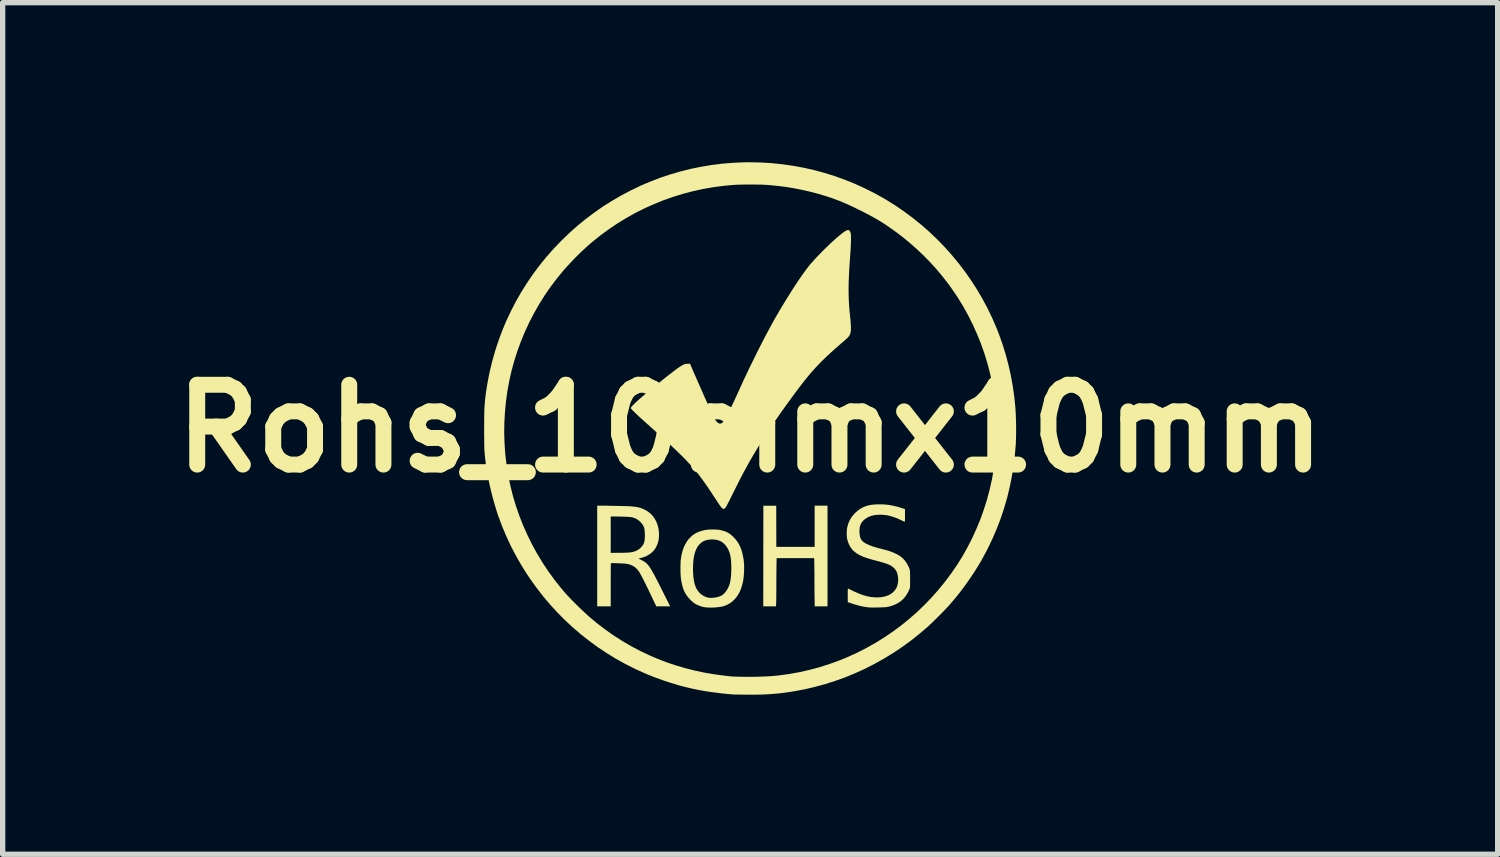
<source format=kicad_pcb>
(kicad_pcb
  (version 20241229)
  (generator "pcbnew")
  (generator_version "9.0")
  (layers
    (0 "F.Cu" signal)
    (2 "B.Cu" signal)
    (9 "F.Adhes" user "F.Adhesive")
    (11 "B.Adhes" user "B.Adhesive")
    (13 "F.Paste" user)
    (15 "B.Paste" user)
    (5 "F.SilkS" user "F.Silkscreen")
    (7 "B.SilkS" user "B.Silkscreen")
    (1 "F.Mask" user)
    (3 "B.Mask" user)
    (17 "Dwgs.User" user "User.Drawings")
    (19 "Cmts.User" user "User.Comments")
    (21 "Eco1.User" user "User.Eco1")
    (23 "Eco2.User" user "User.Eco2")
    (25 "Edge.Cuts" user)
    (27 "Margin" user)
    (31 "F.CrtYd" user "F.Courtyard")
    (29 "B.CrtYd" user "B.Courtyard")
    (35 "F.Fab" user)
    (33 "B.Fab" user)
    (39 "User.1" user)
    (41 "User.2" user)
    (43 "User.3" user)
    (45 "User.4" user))
  (footprint "Rohs_10mmx10mm"
    (layer "F.Cu")
    (at 11.05 5.004)
    (property "Reference" "Rohs_10mmx10mm" (at 0 0 0) (layer "F.SilkS") (effects (font (size 1.5 1.5) (thickness 0.3))))
    (attr board_only exclude_from_pos_files exclude_from_bom)
    (fp_poly (pts (xy 1.454 2.396) (xy 1.454 3.342) (xy 1.334 3.342) (xy 1.214 3.342) (xy 1.211 3.195) (xy 1.21 3.158) (xy 1.21 3.114) (xy 1.209 3.066) (xy 1.209 3.015) (xy 1.209 2.964) (xy 1.208 2.913) (xy 1.208 2.864) (xy 1.208 2.85) (xy 1.208 2.805) (xy 1.208 2.759) (xy 1.208 2.712) (xy 1.207 2.668) (xy 1.207 2.626) (xy 1.206 2.589) (xy 1.206 2.558) (xy 1.206 2.544) (xy 1.203 2.437) (xy 0.85 2.437) (xy 0.497 2.437) (xy 0.494 2.634) (xy 0.494 2.684) (xy 0.493 2.74) (xy 0.493 2.799) (xy 0.492 2.86) (xy 0.492 2.919) (xy 0.492 2.975) (xy 0.492 3.026) (xy 0.492 3.03) (xy 0.492 3.072) (xy 0.491 3.114) (xy 0.491 3.154) (xy 0.491 3.191) (xy 0.49 3.224) (xy 0.49 3.252) (xy 0.489 3.273) (xy 0.489 3.285) (xy 0.486 3.342) (xy 0.366 3.342) (xy 0.246 3.342) (xy 0.247 2.397) (xy 0.248 1.452) (xy 0.369 1.452) (xy 0.49 1.452) (xy 0.491 1.839) (xy 0.492 2.225) (xy 0.852 2.225) (xy 1.212 2.225) (xy 1.212 1.837) (xy 1.212 1.45) (xy 1.333 1.45) (xy 1.454 1.45)) (stroke (width 0) (type solid)) (fill yes) (layer "F.SilkS"))
    (fp_poly (pts (xy -0.665 1.899) (xy -0.63 1.9) (xy -0.599 1.903) (xy -0.571 1.907) (xy -0.543 1.913) (xy -0.514 1.921) (xy -0.504 1.923) (xy -0.461 1.938) (xy -0.423 1.956) (xy -0.388 1.977) (xy -0.353 2.004) (xy -0.32 2.034) (xy -0.28 2.076) (xy -0.246 2.119) (xy -0.217 2.163) (xy -0.192 2.211) (xy -0.171 2.263) (xy -0.153 2.32) (xy -0.138 2.383) (xy -0.132 2.415) (xy -0.123 2.464) (xy -0.118 2.512) (xy -0.114 2.562) (xy -0.113 2.615) (xy -0.114 2.672) (xy -0.119 2.763) (xy -0.129 2.848) (xy -0.146 2.926) (xy -0.167 2.998) (xy -0.194 3.065) (xy -0.227 3.125) (xy -0.265 3.179) (xy -0.292 3.21) (xy -0.337 3.253) (xy -0.387 3.289) (xy -0.44 3.317) (xy -0.496 3.339) (xy -0.548 3.351) (xy -0.597 3.358) (xy -0.65 3.363) (xy -0.706 3.366) (xy -0.761 3.366) (xy -0.812 3.364) (xy -0.835 3.362) (xy -0.889 3.353) (xy -0.943 3.337) (xy -0.995 3.316) (xy -1.036 3.293) (xy -1.052 3.283) (xy -1.07 3.268) (xy -1.09 3.251) (xy -1.11 3.234) (xy -1.112 3.232) (xy -1.152 3.19) (xy -1.186 3.147) (xy -1.216 3.102) (xy -1.241 3.055) (xy -1.261 3.003) (xy -1.278 2.946) (xy -1.291 2.884) (xy -1.302 2.814) (xy -1.303 2.808) (xy -1.305 2.783) (xy -1.307 2.751) (xy -1.309 2.714) (xy -1.31 2.674) (xy -1.31 2.633) (xy -1.31 2.608) (xy -1.074 2.608) (xy -1.074 2.667) (xy -1.071 2.74) (xy -1.065 2.806) (xy -1.056 2.865) (xy -1.045 2.918) (xy -1.029 2.965) (xy -1.011 3.007) (xy -0.988 3.044) (xy -0.962 3.077) (xy -0.932 3.107) (xy -0.917 3.119) (xy -0.873 3.148) (xy -0.827 3.169) (xy -0.815 3.173) (xy -0.788 3.179) (xy -0.756 3.183) (xy -0.719 3.183) (xy -0.682 3.181) (xy -0.645 3.176) (xy -0.643 3.175) (xy -0.6 3.165) (xy -0.563 3.152) (xy -0.531 3.135) (xy -0.503 3.114) (xy -0.486 3.099) (xy -0.459 3.067) (xy -0.433 3.029) (xy -0.41 2.986) (xy -0.391 2.94) (xy -0.388 2.93) (xy -0.378 2.896) (xy -0.371 2.856) (xy -0.364 2.81) (xy -0.359 2.76) (xy -0.356 2.706) (xy -0.354 2.651) (xy -0.354 2.596) (xy -0.356 2.542) (xy -0.359 2.49) (xy -0.364 2.442) (xy -0.37 2.399) (xy -0.371 2.394) (xy -0.385 2.34) (xy -0.405 2.289) (xy -0.429 2.242) (xy -0.459 2.2) (xy -0.491 2.164) (xy -0.528 2.135) (xy -0.544 2.125) (xy -0.581 2.108) (xy -0.623 2.095) (xy -0.669 2.088) (xy -0.716 2.085) (xy -0.763 2.088) (xy -0.808 2.095) (xy -0.85 2.107) (xy -0.887 2.124) (xy -0.897 2.13) (xy -0.934 2.159) (xy -0.967 2.193) (xy -0.995 2.232) (xy -1.018 2.279) (xy -1.038 2.331) (xy -1.053 2.39) (xy -1.064 2.456) (xy -1.071 2.528) (xy -1.074 2.608) (xy -1.31 2.608) (xy -1.31 2.592) (xy -1.309 2.554) (xy -1.308 2.519) (xy -1.307 2.49) (xy -1.305 2.473) (xy -1.293 2.391) (xy -1.275 2.316) (xy -1.253 2.247) (xy -1.225 2.185) (xy -1.192 2.128) (xy -1.155 2.077) (xy -1.127 2.048) (xy -1.088 2.012) (xy -1.048 1.983) (xy -1.004 1.958) (xy -0.955 1.938) (xy -0.934 1.931) (xy -0.897 1.92) (xy -0.862 1.911) (xy -0.827 1.905) (xy -0.79 1.901) (xy -0.749 1.899) (xy -0.706 1.898)) (stroke (width 0) (type solid)) (fill yes) (layer "F.SilkS"))
    (fp_poly (pts (xy -2.809 1.45) (xy -2.78 1.45) (xy -2.746 1.45) (xy -2.706 1.451) (xy -2.663 1.452) (xy -2.617 1.453) (xy -2.569 1.454) (xy -2.521 1.455) (xy -2.474 1.456) (xy -2.428 1.457) (xy -2.385 1.458) (xy -2.345 1.459) (xy -2.311 1.46) (xy -2.282 1.461) (xy -2.26 1.462) (xy -2.254 1.463) (xy -2.199 1.467) (xy -2.15 1.473) (xy -2.106 1.481) (xy -2.066 1.492) (xy -2.028 1.505) (xy -1.99 1.522) (xy -1.973 1.531) (xy -1.92 1.562) (xy -1.873 1.6) (xy -1.831 1.644) (xy -1.795 1.694) (xy -1.765 1.749) (xy -1.742 1.808) (xy -1.725 1.873) (xy -1.725 1.875) (xy -1.719 1.91) (xy -1.715 1.949) (xy -1.714 1.99) (xy -1.714 2.03) (xy -1.717 2.065) (xy -1.718 2.078) (xy -1.731 2.139) (xy -1.751 2.195) (xy -1.777 2.245) (xy -1.809 2.291) (xy -1.848 2.331) (xy -1.894 2.365) (xy -1.945 2.395) (xy -2.003 2.419) (xy -2.064 2.436) (xy -2.079 2.44) (xy -2.09 2.443) (xy -2.096 2.446) (xy -2.096 2.446) (xy -2.092 2.448) (xy -2.083 2.454) (xy -2.068 2.461) (xy -2.05 2.47) (xy -2.042 2.474) (xy -2.022 2.484) (xy -2.004 2.494) (xy -1.987 2.504) (xy -1.971 2.516) (xy -1.955 2.528) (xy -1.94 2.542) (xy -1.925 2.559) (xy -1.909 2.578) (xy -1.893 2.599) (xy -1.876 2.625) (xy -1.858 2.654) (xy -1.839 2.687) (xy -1.817 2.725) (xy -1.794 2.768) (xy -1.769 2.817) (xy -1.74 2.872) (xy -1.709 2.933) (xy -1.675 3.001) (xy -1.652 3.047) (xy -1.504 3.342) (xy -1.635 3.342) (xy -1.765 3.342) (xy -1.842 3.18) (xy -1.866 3.129) (xy -1.891 3.077) (xy -1.915 3.026) (xy -1.94 2.977) (xy -1.963 2.929) (xy -1.986 2.883) (xy -2.007 2.841) (xy -2.027 2.803) (xy -2.045 2.769) (xy -2.06 2.74) (xy -2.072 2.718) (xy -2.082 2.702) (xy -2.084 2.699) (xy -2.115 2.656) (xy -2.149 2.62) (xy -2.187 2.592) (xy -2.229 2.57) (xy -2.276 2.553) (xy -2.319 2.544) (xy -2.33 2.542) (xy -2.348 2.54) (xy -2.371 2.539) (xy -2.398 2.537) (xy -2.427 2.536) (xy -2.458 2.534) (xy -2.489 2.533) (xy -2.519 2.532) (xy -2.548 2.531) (xy -2.573 2.531) (xy -2.593 2.53) (xy -2.608 2.531) (xy -2.616 2.531) (xy -2.617 2.532) (xy -2.618 2.536) (xy -2.618 2.548) (xy -2.619 2.568) (xy -2.619 2.594) (xy -2.62 2.626) (xy -2.62 2.663) (xy -2.62 2.705) (xy -2.62 2.752) (xy -2.621 2.803) (xy -2.621 2.856) (xy -2.621 2.913) (xy -2.621 2.938) (xy -2.621 3.342) (xy -2.748 3.342) (xy -2.875 3.342) (xy -2.875 2.396) (xy -2.875 1.996) (xy -2.621 1.996) (xy -2.621 2.338) (xy -2.453 2.336) (xy -2.405 2.336) (xy -2.364 2.335) (xy -2.331 2.334) (xy -2.303 2.333) (xy -2.28 2.331) (xy -2.262 2.33) (xy -2.247 2.328) (xy -2.245 2.328) (xy -2.196 2.318) (xy -2.154 2.304) (xy -2.118 2.287) (xy -2.085 2.265) (xy -2.056 2.24) (xy -2.027 2.207) (xy -2.006 2.174) (xy -1.992 2.139) (xy -1.984 2.101) (xy -1.983 2.098) (xy -1.981 2.064) (xy -1.979 2.029) (xy -1.979 1.992) (xy -1.981 1.956) (xy -1.983 1.922) (xy -1.987 1.893) (xy -1.991 1.868) (xy -1.996 1.854) (xy -2.015 1.817) (xy -2.041 1.781) (xy -2.072 1.748) (xy -2.108 1.718) (xy -2.146 1.695) (xy -2.186 1.678) (xy -2.189 1.677) (xy -2.204 1.673) (xy -2.222 1.669) (xy -2.243 1.666) (xy -2.267 1.663) (xy -2.296 1.661) (xy -2.33 1.659) (xy -2.37 1.658) (xy -2.417 1.656) (xy -2.468 1.655) (xy -2.621 1.653) (xy -2.621 1.996) (xy -2.875 1.996) (xy -2.875 1.45)) (stroke (width 0) (type solid)) (fill yes) (layer "F.SilkS"))
    (fp_poly (pts (xy 2.524 1.428) (xy 2.585 1.434) (xy 2.645 1.443) (xy 2.707 1.456) (xy 2.773 1.472) (xy 2.843 1.493) (xy 2.854 1.497) (xy 2.91 1.515) (xy 2.91 1.632) (xy 2.91 1.663) (xy 2.91 1.69) (xy 2.91 1.714) (xy 2.909 1.733) (xy 2.908 1.746) (xy 2.908 1.752) (xy 2.907 1.752) (xy 2.903 1.751) (xy 2.892 1.747) (xy 2.876 1.741) (xy 2.856 1.732) (xy 2.834 1.721) (xy 2.83 1.72) (xy 2.764 1.689) (xy 2.701 1.665) (xy 2.641 1.647) (xy 2.583 1.633) (xy 2.525 1.625) (xy 2.466 1.621) (xy 2.444 1.621) (xy 2.405 1.622) (xy 2.371 1.624) (xy 2.341 1.628) (xy 2.311 1.634) (xy 2.296 1.637) (xy 2.244 1.654) (xy 2.198 1.676) (xy 2.158 1.703) (xy 2.123 1.734) (xy 2.095 1.769) (xy 2.074 1.808) (xy 2.061 1.85) (xy 2.06 1.853) (xy 2.057 1.877) (xy 2.055 1.906) (xy 2.054 1.938) (xy 2.056 1.969) (xy 2.058 1.997) (xy 2.061 2.011) (xy 2.067 2.04) (xy 2.075 2.063) (xy 2.084 2.082) (xy 2.095 2.099) (xy 2.111 2.116) (xy 2.112 2.117) (xy 2.125 2.129) (xy 2.137 2.139) (xy 2.151 2.148) (xy 2.168 2.158) (xy 2.19 2.169) (xy 2.196 2.172) (xy 2.226 2.186) (xy 2.256 2.199) (xy 2.286 2.211) (xy 2.32 2.222) (xy 2.357 2.233) (xy 2.399 2.245) (xy 2.448 2.258) (xy 2.451 2.258) (xy 2.496 2.27) (xy 2.534 2.28) (xy 2.567 2.289) (xy 2.595 2.297) (xy 2.621 2.306) (xy 2.645 2.314) (xy 2.669 2.323) (xy 2.68 2.328) (xy 2.739 2.354) (xy 2.791 2.381) (xy 2.836 2.412) (xy 2.875 2.446) (xy 2.91 2.485) (xy 2.94 2.528) (xy 2.967 2.575) (xy 2.976 2.594) (xy 2.984 2.611) (xy 2.991 2.626) (xy 2.996 2.641) (xy 2.999 2.656) (xy 3.002 2.673) (xy 3.004 2.693) (xy 3.005 2.717) (xy 3.006 2.745) (xy 3.006 2.78) (xy 3.006 2.822) (xy 3.006 2.831) (xy 3.006 2.873) (xy 3.006 2.907) (xy 3.006 2.936) (xy 3.005 2.959) (xy 3.004 2.978) (xy 3.001 2.994) (xy 2.998 3.008) (xy 2.994 3.021) (xy 2.989 3.034) (xy 2.982 3.048) (xy 2.974 3.065) (xy 2.97 3.072) (xy 2.939 3.126) (xy 2.904 3.175) (xy 2.864 3.217) (xy 2.832 3.246) (xy 2.779 3.281) (xy 2.721 3.31) (xy 2.659 3.334) (xy 2.593 3.351) (xy 2.56 3.357) (xy 2.546 3.358) (xy 2.524 3.36) (xy 2.497 3.361) (xy 2.466 3.362) (xy 2.432 3.363) (xy 2.397 3.364) (xy 2.363 3.365) (xy 2.33 3.365) (xy 2.3 3.365) (xy 2.275 3.365) (xy 2.256 3.364) (xy 2.254 3.364) (xy 2.207 3.36) (xy 2.161 3.354) (xy 2.115 3.346) (xy 2.066 3.335) (xy 2.014 3.321) (xy 1.957 3.304) (xy 1.916 3.291) (xy 1.835 3.264) (xy 1.834 3.136) (xy 1.834 3.095) (xy 1.834 3.061) (xy 1.835 3.036) (xy 1.835 3.019) (xy 1.837 3.01) (xy 1.838 3.008) (xy 1.843 3.01) (xy 1.854 3.015) (xy 1.869 3.022) (xy 1.884 3.029) (xy 1.957 3.065) (xy 2.025 3.095) (xy 2.089 3.12) (xy 2.149 3.14) (xy 2.207 3.155) (xy 2.263 3.166) (xy 2.318 3.172) (xy 2.373 3.175) (xy 2.384 3.175) (xy 2.449 3.172) (xy 2.508 3.163) (xy 2.563 3.148) (xy 2.612 3.128) (xy 2.655 3.102) (xy 2.692 3.072) (xy 2.724 3.036) (xy 2.749 2.996) (xy 2.767 2.951) (xy 2.778 2.902) (xy 2.783 2.849) (xy 2.782 2.821) (xy 2.776 2.767) (xy 2.763 2.717) (xy 2.75 2.684) (xy 2.739 2.666) (xy 2.726 2.648) (xy 2.708 2.628) (xy 2.703 2.623) (xy 2.685 2.606) (xy 2.665 2.591) (xy 2.644 2.577) (xy 2.619 2.564) (xy 2.591 2.552) (xy 2.558 2.539) (xy 2.519 2.527) (xy 2.475 2.514) (xy 2.423 2.499) (xy 2.402 2.494) (xy 2.343 2.478) (xy 2.291 2.464) (xy 2.245 2.451) (xy 2.204 2.438) (xy 2.168 2.426) (xy 2.135 2.414) (xy 2.104 2.401) (xy 2.075 2.388) (xy 2.06 2.381) (xy 2.006 2.35) (xy 1.96 2.315) (xy 1.919 2.276) (xy 1.885 2.23) (xy 1.858 2.18) (xy 1.836 2.124) (xy 1.822 2.071) (xy 1.818 2.042) (xy 1.815 2.008) (xy 1.815 1.971) (xy 1.816 1.933) (xy 1.818 1.898) (xy 1.823 1.867) (xy 1.824 1.862) (xy 1.84 1.801) (xy 1.861 1.746) (xy 1.888 1.695) (xy 1.921 1.647) (xy 1.96 1.602) (xy 1.972 1.589) (xy 2.019 1.547) (xy 2.066 1.512) (xy 2.115 1.484) (xy 2.167 1.462) (xy 2.19 1.455) (xy 2.221 1.446) (xy 2.252 1.439) (xy 2.285 1.434) (xy 2.32 1.43) (xy 2.361 1.427) (xy 2.396 1.426) (xy 2.462 1.426)) (stroke (width 0) (type solid)) (fill yes) (layer "F.SilkS"))
    (fp_poly (pts (xy 1.862 -3.725) (xy 1.874 -3.712) (xy 1.884 -3.691) (xy 1.891 -3.662) (xy 1.892 -3.654) (xy 1.894 -3.636) (xy 1.895 -3.61) (xy 1.895 -3.578) (xy 1.895 -3.54) (xy 1.894 -3.497) (xy 1.892 -3.45) (xy 1.89 -3.4) (xy 1.887 -3.348) (xy 1.883 -3.293) (xy 1.882 -3.275) (xy 1.874 -3.164) (xy 1.867 -3.06) (xy 1.861 -2.963) (xy 1.857 -2.873) (xy 1.853 -2.787) (xy 1.851 -2.706) (xy 1.85 -2.629) (xy 1.85 -2.555) (xy 1.852 -2.483) (xy 1.854 -2.412) (xy 1.858 -2.343) (xy 1.863 -2.273) (xy 1.868 -2.203) (xy 1.876 -2.131) (xy 1.88 -2.092) (xy 1.886 -2.033) (xy 1.89 -1.979) (xy 1.893 -1.93) (xy 1.894 -1.887) (xy 1.893 -1.851) (xy 1.89 -1.821) (xy 1.886 -1.8) (xy 1.88 -1.781) (xy 1.874 -1.764) (xy 1.865 -1.748) (xy 1.854 -1.731) (xy 1.839 -1.714) (xy 1.821 -1.695) (xy 1.798 -1.674) (xy 1.769 -1.648) (xy 1.752 -1.634) (xy 1.671 -1.564) (xy 1.596 -1.499) (xy 1.527 -1.436) (xy 1.462 -1.377) (xy 1.401 -1.319) (xy 1.343 -1.262) (xy 1.288 -1.206) (xy 1.234 -1.148) (xy 1.181 -1.09) (xy 1.129 -1.03) (xy 1.076 -0.966) (xy 1.022 -0.9) (xy 0.967 -0.829) (xy 0.908 -0.752) (xy 0.847 -0.671) (xy 0.733 -0.515) (xy 0.624 -0.364) (xy 0.521 -0.218) (xy 0.423 -0.076) (xy 0.33 0.064) (xy 0.242 0.2) (xy 0.159 0.334) (xy 0.079 0.467) (xy 0.002 0.598) (xy -0.046 0.683) (xy -0.067 0.722) (xy -0.088 0.759) (xy -0.107 0.795) (xy -0.126 0.831) (xy -0.145 0.866) (xy -0.165 0.904) (xy -0.185 0.943) (xy -0.207 0.986) (xy -0.23 1.032) (xy -0.256 1.084) (xy -0.284 1.141) (xy -0.316 1.204) (xy -0.319 1.21) (xy -0.34 1.253) (xy -0.361 1.294) (xy -0.38 1.333) (xy -0.398 1.368) (xy -0.414 1.4) (xy -0.429 1.427) (xy -0.44 1.449) (xy -0.449 1.465) (xy -0.454 1.475) (xy -0.456 1.477) (xy -0.467 1.491) (xy -0.48 1.503) (xy -0.491 1.51) (xy -0.498 1.512) (xy -0.505 1.51) (xy -0.51 1.508) (xy -0.517 1.505) (xy -0.523 1.501) (xy -0.53 1.496) (xy -0.537 1.488) (xy -0.546 1.478) (xy -0.556 1.464) (xy -0.569 1.447) (xy -0.583 1.426) (xy -0.601 1.399) (xy -0.623 1.367) (xy -0.647 1.329) (xy -0.67 1.295) (xy -0.72 1.219) (xy -0.766 1.15) (xy -0.809 1.086) (xy -0.85 1.027) (xy -0.889 0.973) (xy -0.926 0.922) (xy -0.962 0.874) (xy -0.998 0.829) (xy -1.034 0.785) (xy -1.07 0.742) (xy -1.108 0.699) (xy -1.148 0.656) (xy -1.19 0.611) (xy -1.235 0.565) (xy -1.283 0.516) (xy -1.333 0.467) (xy -1.387 0.415) (xy -1.445 0.36) (xy -1.507 0.301) (xy -1.574 0.239) (xy -1.647 0.173) (xy -1.726 0.102) (xy -1.786 0.048) (xy -1.838 0.001) (xy -1.885 -0.041) (xy -1.926 -0.078) (xy -1.963 -0.111) (xy -1.995 -0.14) (xy -2.023 -0.165) (xy -2.048 -0.188) (xy -2.07 -0.208) (xy -2.089 -0.225) (xy -2.107 -0.241) (xy -2.122 -0.256) (xy -2.137 -0.27) (xy -2.15 -0.283) (xy -2.164 -0.296) (xy -2.17 -0.302) (xy -2.19 -0.321) (xy -2.207 -0.339) (xy -2.222 -0.355) (xy -2.233 -0.367) (xy -2.239 -0.374) (xy -2.24 -0.376) (xy -2.243 -0.383) (xy -2.242 -0.389) (xy -2.238 -0.397) (xy -2.233 -0.405) (xy -2.22 -0.42) (xy -2.201 -0.441) (xy -2.176 -0.466) (xy -2.145 -0.495) (xy -2.109 -0.528) (xy -2.068 -0.564) (xy -2.022 -0.604) (xy -1.972 -0.647) (xy -1.917 -0.693) (xy -1.859 -0.741) (xy -1.798 -0.792) (xy -1.733 -0.844) (xy -1.666 -0.898) (xy -1.596 -0.953) (xy -1.592 -0.957) (xy -1.538 -0.999) (xy -1.49 -1.036) (xy -1.448 -1.069) (xy -1.41 -1.097) (xy -1.377 -1.122) (xy -1.348 -1.142) (xy -1.323 -1.16) (xy -1.3 -1.174) (xy -1.28 -1.186) (xy -1.263 -1.196) (xy -1.255 -1.199) (xy -1.24 -1.206) (xy -1.228 -1.211) (xy -1.216 -1.213) (xy -1.202 -1.215) (xy -1.182 -1.216) (xy -1.176 -1.216) (xy -1.156 -1.217) (xy -1.142 -1.217) (xy -1.134 -1.216) (xy -1.129 -1.214) (xy -1.127 -1.211) (xy -1.126 -1.208) (xy -1.12 -1.195) (xy -1.112 -1.175) (xy -1.101 -1.149) (xy -1.087 -1.117) (xy -1.072 -1.081) (xy -1.054 -1.04) (xy -1.034 -0.995) (xy -1.014 -0.948) (xy -0.992 -0.898) (xy -0.969 -0.847) (xy -0.946 -0.795) (xy -0.923 -0.742) (xy -0.9 -0.69) (xy -0.878 -0.639) (xy -0.856 -0.59) (xy -0.835 -0.544) (xy -0.815 -0.5) (xy -0.798 -0.46) (xy -0.784 -0.431) (xy -0.76 -0.377) (xy -0.738 -0.33) (xy -0.719 -0.289) (xy -0.703 -0.254) (xy -0.688 -0.225) (xy -0.676 -0.201) (xy -0.665 -0.181) (xy -0.656 -0.164) (xy -0.648 -0.151) (xy -0.64 -0.141) (xy -0.633 -0.132) (xy -0.633 -0.132) (xy -0.61 -0.11) (xy -0.589 -0.097) (xy -0.568 -0.091) (xy -0.547 -0.094) (xy -0.527 -0.106) (xy -0.508 -0.125) (xy -0.497 -0.141) (xy -0.477 -0.173) (xy -0.454 -0.213) (xy -0.428 -0.26) (xy -0.4 -0.315) (xy -0.369 -0.376) (xy -0.335 -0.446) (xy -0.299 -0.522) (xy -0.261 -0.605) (xy -0.22 -0.694) (xy -0.184 -0.774) (xy -0.148 -0.853) (xy -0.109 -0.938) (xy -0.066 -1.028) (xy -0.022 -1.121) (xy 0.025 -1.217) (xy 0.073 -1.315) (xy 0.121 -1.413) (xy 0.17 -1.51) (xy 0.218 -1.605) (xy 0.265 -1.696) (xy 0.311 -1.784) (xy 0.355 -1.865) (xy 0.385 -1.921) (xy 0.428 -2) (xy 0.474 -2.082) (xy 0.522 -2.164) (xy 0.571 -2.248) (xy 0.621 -2.331) (xy 0.672 -2.414) (xy 0.723 -2.496) (xy 0.773 -2.576) (xy 0.823 -2.654) (xy 0.871 -2.728) (xy 0.918 -2.798) (xy 0.964 -2.864) (xy 1.006 -2.924) (xy 1.046 -2.979) (xy 1.083 -3.028) (xy 1.097 -3.046) (xy 1.131 -3.087) (xy 1.17 -3.131) (xy 1.212 -3.178) (xy 1.257 -3.227) (xy 1.304 -3.276) (xy 1.354 -3.327) (xy 1.404 -3.377) (xy 1.455 -3.426) (xy 1.505 -3.474) (xy 1.555 -3.52) (xy 1.602 -3.563) (xy 1.648 -3.602) (xy 1.69 -3.638) (xy 1.729 -3.669) (xy 1.764 -3.694) (xy 1.779 -3.705) (xy 1.806 -3.72) (xy 1.829 -3.729) (xy 1.847 -3.731)) (stroke (width 0) (type solid)) (fill yes) (layer "F.SilkS"))
    (fp_poly (pts (xy 0.196 -5) (xy 0.399 -4.988) (xy 0.601 -4.967) (xy 0.802 -4.939) (xy 1.001 -4.902) (xy 1.198 -4.858) (xy 1.393 -4.805) (xy 1.586 -4.745) (xy 1.776 -4.677) (xy 1.963 -4.602) (xy 2.147 -4.518) (xy 2.329 -4.427) (xy 2.506 -4.329) (xy 2.562 -4.296) (xy 2.735 -4.188) (xy 2.902 -4.073) (xy 3.064 -3.952) (xy 3.221 -3.825) (xy 3.372 -3.692) (xy 3.518 -3.553) (xy 3.658 -3.408) (xy 3.792 -3.258) (xy 3.92 -3.103) (xy 4.042 -2.943) (xy 4.157 -2.778) (xy 4.266 -2.608) (xy 4.368 -2.434) (xy 4.463 -2.256) (xy 4.551 -2.074) (xy 4.631 -1.888) (xy 4.687 -1.744) (xy 4.751 -1.561) (xy 4.808 -1.374) (xy 4.858 -1.183) (xy 4.901 -0.991) (xy 4.936 -0.796) (xy 4.964 -0.6) (xy 4.984 -0.404) (xy 4.985 -0.39) (xy 4.99 -0.322) (xy 4.993 -0.249) (xy 4.996 -0.173) (xy 4.998 -0.094) (xy 4.999 -0.015) (xy 4.999 0.063) (xy 4.998 0.138) (xy 4.996 0.209) (xy 4.994 0.274) (xy 4.992 0.304) (xy 4.974 0.512) (xy 4.949 0.716) (xy 4.916 0.916) (xy 4.876 1.113) (xy 4.829 1.307) (xy 4.773 1.498) (xy 4.711 1.686) (xy 4.64 1.871) (xy 4.562 2.055) (xy 4.476 2.236) (xy 4.469 2.25) (xy 4.426 2.333) (xy 4.384 2.411) (xy 4.343 2.486) (xy 4.299 2.559) (xy 4.253 2.634) (xy 4.204 2.712) (xy 4.173 2.758) (xy 4.097 2.87) (xy 4.021 2.976) (xy 3.943 3.079) (xy 3.863 3.179) (xy 3.777 3.28) (xy 3.721 3.344) (xy 3.699 3.368) (xy 3.671 3.397) (xy 3.639 3.43) (xy 3.605 3.466) (xy 3.568 3.503) (xy 3.53 3.541) (xy 3.492 3.579) (xy 3.455 3.615) (xy 3.421 3.649) (xy 3.388 3.679) (xy 3.36 3.706) (xy 3.344 3.721) (xy 3.187 3.855) (xy 3.027 3.983) (xy 2.861 4.104) (xy 2.692 4.217) (xy 2.519 4.323) (xy 2.342 4.422) (xy 2.162 4.514) (xy 1.978 4.598) (xy 1.792 4.675) (xy 1.602 4.743) (xy 1.409 4.805) (xy 1.213 4.858) (xy 1.015 4.904) (xy 0.815 4.941) (xy 0.775 4.948) (xy 0.662 4.964) (xy 0.55 4.978) (xy 0.438 4.988) (xy 0.323 4.996) (xy 0.242 5) (xy 0.206 5.001) (xy 0.163 5.002) (xy 0.115 5.003) (xy 0.063 5.003) (xy 0.008 5.003) (xy -0.048 5.003) (xy -0.104 5.003) (xy -0.158 5.002) (xy -0.21 5.002) (xy -0.257 5) (xy -0.281 5) (xy -0.328 4.998) (xy -0.383 4.994) (xy -0.442 4.988) (xy -0.507 4.982) (xy -0.574 4.974) (xy -0.644 4.965) (xy -0.715 4.956) (xy -0.785 4.946) (xy -0.853 4.935) (xy -0.919 4.924) (xy -0.925 4.923) (xy -1.066 4.895) (xy -1.208 4.862) (xy -1.352 4.824) (xy -1.499 4.779) (xy -1.613 4.742) (xy -1.803 4.674) (xy -1.99 4.597) (xy -2.173 4.514) (xy -2.352 4.423) (xy -2.528 4.325) (xy -2.699 4.22) (xy -2.866 4.109) (xy -3.028 3.99) (xy -3.185 3.866) (xy -3.338 3.735) (xy -3.485 3.598) (xy -3.627 3.455) (xy -3.763 3.306) (xy -3.893 3.152) (xy -4.017 2.992) (xy -4.136 2.826) (xy -4.212 2.712) (xy -4.317 2.542) (xy -4.413 2.372) (xy -4.503 2.199) (xy -4.584 2.024) (xy -4.659 1.846) (xy -4.727 1.664) (xy -4.742 1.623) (xy -4.775 1.52) (xy -4.807 1.413) (xy -4.838 1.303) (xy -4.866 1.192) (xy -4.893 1.079) (xy -4.916 0.967) (xy -4.938 0.857) (xy -4.956 0.749) (xy -4.971 0.644) (xy -4.983 0.543) (xy -4.992 0.449) (xy -4.996 0.387) (xy -4.997 0.364) (xy -4.997 0.333) (xy -4.998 0.295) (xy -4.999 0.253) (xy -4.999 0.205) (xy -4.999 0.154) (xy -5 0.101) (xy -5 0.078) (xy -4.623 0.078) (xy -4.617 0.273) (xy -4.604 0.468) (xy -4.582 0.662) (xy -4.577 0.7) (xy -4.546 0.891) (xy -4.506 1.08) (xy -4.459 1.268) (xy -4.404 1.453) (xy -4.34 1.636) (xy -4.269 1.817) (xy -4.19 1.995) (xy -4.104 2.17) (xy -4.01 2.343) (xy -3.908 2.512) (xy -3.883 2.551) (xy -3.834 2.624) (xy -3.783 2.7) (xy -3.728 2.775) (xy -3.673 2.85) (xy -3.617 2.922) (xy -3.562 2.991) (xy -3.509 3.054) (xy -3.477 3.092) (xy -3.443 3.129) (xy -3.403 3.171) (xy -3.36 3.216) (xy -3.314 3.263) (xy -3.266 3.311) (xy -3.217 3.359) (xy -3.169 3.405) (xy -3.122 3.45) (xy -3.078 3.49) (xy -3.037 3.527) (xy -3.025 3.538) (xy -2.874 3.664) (xy -2.718 3.783) (xy -2.559 3.895) (xy -2.395 3.999) (xy -2.227 4.097) (xy -2.055 4.187) (xy -1.879 4.27) (xy -1.756 4.323) (xy -1.584 4.39) (xy -1.409 4.449) (xy -1.231 4.502) (xy -1.05 4.548) (xy -0.864 4.588) (xy -0.675 4.62) (xy -0.48 4.646) (xy -0.383 4.657) (xy -0.344 4.66) (xy -0.297 4.663) (xy -0.243 4.665) (xy -0.184 4.666) (xy -0.121 4.667) (xy -0.055 4.668) (xy 0.014 4.667) (xy 0.084 4.667) (xy 0.154 4.665) (xy 0.223 4.663) (xy 0.24 4.662) (xy 0.292 4.66) (xy 0.337 4.658) (xy 0.378 4.656) (xy 0.416 4.653) (xy 0.454 4.65) (xy 0.492 4.646) (xy 0.534 4.642) (xy 0.552 4.639) (xy 0.745 4.613) (xy 0.935 4.578) (xy 1.123 4.535) (xy 1.309 4.485) (xy 1.492 4.426) (xy 1.673 4.361) (xy 1.85 4.288) (xy 2.024 4.208) (xy 2.195 4.12) (xy 2.361 4.026) (xy 2.524 3.925) (xy 2.683 3.817) (xy 2.838 3.702) (xy 2.987 3.581) (xy 3.132 3.454) (xy 3.272 3.32) (xy 3.407 3.18) (xy 3.537 3.034) (xy 3.66 2.883) (xy 3.777 2.727) (xy 3.886 2.569) (xy 3.988 2.406) (xy 4.082 2.239) (xy 4.17 2.067) (xy 4.25 1.892) (xy 4.324 1.714) (xy 4.389 1.533) (xy 4.448 1.349) (xy 4.498 1.162) (xy 4.541 0.974) (xy 4.575 0.783) (xy 4.602 0.591) (xy 4.606 0.558) (xy 4.611 0.51) (xy 4.616 0.466) (xy 4.62 0.426) (xy 4.623 0.388) (xy 4.625 0.351) (xy 4.627 0.313) (xy 4.629 0.275) (xy 4.63 0.233) (xy 4.63 0.188) (xy 4.631 0.138) (xy 4.631 0.082) (xy 4.631 0.04) (xy 4.631 -0.022) (xy 4.631 -0.076) (xy 4.63 -0.124) (xy 4.629 -0.168) (xy 4.628 -0.208) (xy 4.627 -0.246) (xy 4.624 -0.282) (xy 4.622 -0.319) (xy 4.619 -0.357) (xy 4.615 -0.398) (xy 4.61 -0.442) (xy 4.608 -0.463) (xy 4.583 -0.656) (xy 4.549 -0.849) (xy 4.508 -1.039) (xy 4.459 -1.227) (xy 4.402 -1.413) (xy 4.337 -1.596) (xy 4.264 -1.776) (xy 4.184 -1.954) (xy 4.097 -2.128) (xy 4.002 -2.298) (xy 3.9 -2.465) (xy 3.79 -2.627) (xy 3.72 -2.724) (xy 3.614 -2.86) (xy 3.501 -2.995) (xy 3.381 -3.127) (xy 3.256 -3.255) (xy 3.125 -3.378) (xy 2.991 -3.496) (xy 2.867 -3.598) (xy 2.809 -3.642) (xy 2.749 -3.687) (xy 2.687 -3.732) (xy 2.626 -3.776) (xy 2.565 -3.817) (xy 2.507 -3.856) (xy 2.453 -3.89) (xy 2.424 -3.908) (xy 2.369 -3.94) (xy 2.307 -3.975) (xy 2.24 -4.011) (xy 2.17 -4.048) (xy 2.098 -4.085) (xy 2.025 -4.121) (xy 1.953 -4.156) (xy 1.882 -4.189) (xy 1.815 -4.22) (xy 1.752 -4.247) (xy 1.708 -4.266) (xy 1.572 -4.318) (xy 1.43 -4.366) (xy 1.282 -4.41) (xy 1.131 -4.45) (xy 0.977 -4.485) (xy 0.822 -4.516) (xy 0.667 -4.541) (xy 0.513 -4.56) (xy 0.456 -4.566) (xy 0.413 -4.57) (xy 0.374 -4.574) (xy 0.338 -4.577) (xy 0.304 -4.579) (xy 0.272 -4.581) (xy 0.239 -4.583) (xy 0.204 -4.584) (xy 0.167 -4.584) (xy 0.125 -4.585) (xy 0.078 -4.585) (xy 0.025 -4.585) (xy 0.002 -4.585) (xy -0.059 -4.585) (xy -0.113 -4.585) (xy -0.162 -4.584) (xy -0.206 -4.583) (xy -0.247 -4.582) (xy -0.286 -4.58) (xy -0.325 -4.577) (xy -0.364 -4.574) (xy -0.405 -4.57) (xy -0.45 -4.566) (xy -0.5 -4.561) (xy -0.504 -4.56) (xy -0.697 -4.535) (xy -0.889 -4.501) (xy -1.079 -4.459) (xy -1.266 -4.41) (xy -1.451 -4.353) (xy -1.634 -4.288) (xy -1.813 -4.215) (xy -1.99 -4.136) (xy -2.163 -4.049) (xy -2.332 -3.954) (xy -2.497 -3.853) (xy -2.657 -3.745) (xy -2.814 -3.63) (xy -2.965 -3.508) (xy -2.994 -3.484) (xy -3.086 -3.403) (xy -3.179 -3.317) (xy -3.271 -3.226) (xy -3.361 -3.133) (xy -3.447 -3.04) (xy -3.509 -2.971) (xy -3.632 -2.821) (xy -3.749 -2.666) (xy -3.86 -2.506) (xy -3.963 -2.341) (xy -4.06 -2.172) (xy -4.15 -1.999) (xy -4.232 -1.822) (xy -4.307 -1.642) (xy -4.374 -1.459) (xy -4.378 -1.448) (xy -4.436 -1.264) (xy -4.487 -1.077) (xy -4.529 -0.888) (xy -4.564 -0.697) (xy -4.59 -0.505) (xy -4.609 -0.311) (xy -4.62 -0.117) (xy -4.623 0.078) (xy -5 0.078) (xy -5 0.046) (xy -5 -0.009) (xy -5 -0.064) (xy -4.999 -0.118) (xy -4.999 -0.169) (xy -4.999 -0.217) (xy -4.998 -0.261) (xy -4.997 -0.3) (xy -4.997 -0.332) (xy -4.996 -0.356) (xy -4.992 -0.424) (xy -4.987 -0.493) (xy -4.98 -0.563) (xy -4.971 -0.636) (xy -4.96 -0.714) (xy -4.947 -0.797) (xy -4.933 -0.878) (xy -4.894 -1.076) (xy -4.846 -1.272) (xy -4.791 -1.466) (xy -4.728 -1.657) (xy -4.658 -1.845) (xy -4.58 -2.03) (xy -4.494 -2.212) (xy -4.402 -2.39) (xy -4.302 -2.565) (xy -4.195 -2.735) (xy -4.081 -2.902) (xy -3.96 -3.064) (xy -3.833 -3.221) (xy -3.699 -3.373) (xy -3.559 -3.52) (xy -3.548 -3.531) (xy -3.4 -3.673) (xy -3.248 -3.809) (xy -3.091 -3.937) (xy -2.929 -4.059) (xy -2.764 -4.174) (xy -2.594 -4.281) (xy -2.42 -4.382) (xy -2.243 -4.475) (xy -2.063 -4.562) (xy -1.879 -4.64) (xy -1.693 -4.712) (xy -1.503 -4.775) (xy -1.311 -4.831) (xy -1.117 -4.88) (xy -0.921 -4.92) (xy -0.722 -4.953) (xy -0.522 -4.978) (xy -0.32 -4.994) (xy -0.117 -5.003) (xy -0.008 -5.004)) (stroke (width 0) (type solid)) (fill yes) (layer "F.SilkS")))
  (gr_rect
    (start -3 -3)
    (end 25.1 13.007)
    (stroke (width 0.1) (type default))
    (fill no)
    (layer "Edge.Cuts")))
</source>
